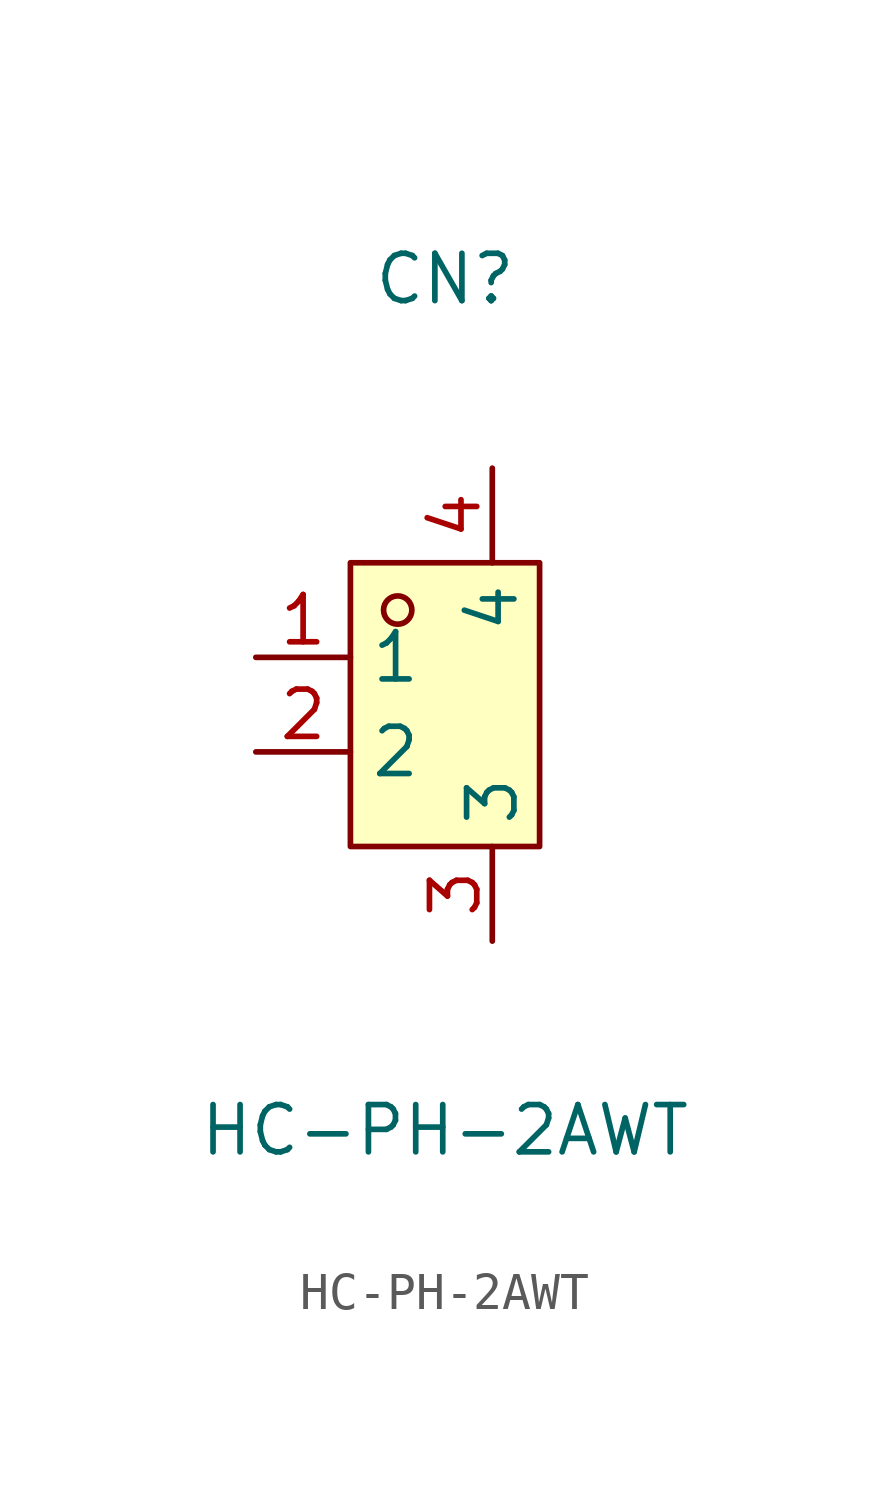
<source format=kicad_sym>
(kicad_symbol_lib
  (version 20211014)
  (generator https://github.com/uPesy/easyeda2kicad.py)
  (symbol "HC-PH-2AWT"
    (property "Reference" "CN"
      (at 0 11.43 0)
      (effects (font (size 1.27 1.27))))
    (property "Value" "HC-PH-2AWT"
      (at 0 -11.43 0)
      (effects (font (size 1.27 1.27))))
    (symbol "HC-PH-2AWT_0_1"
      (rectangle (start -2.54 3.81) (end 2.54 -3.81) (stroke (width 0) (type default) (color 0 0 0 0)) (fill (type background)))
      (circle (center -1.27 2.54) (radius 0.38) (stroke (width 0) (type default) (color 0 0 0 0)) (fill (type none)))
      (pin unspecified line (at -5.08 1.27 0) (length 2.54) (name "1" (effects (font (size 1.27 1.27)))) (number "1" (effects (font (size 1.27 1.27)))))
      (pin unspecified line (at -5.08 -1.27 0) (length 2.54) (name "2" (effects (font (size 1.27 1.27)))) (number "2" (effects (font (size 1.27 1.27)))))
      (pin unspecified line (at 1.27 -6.35 90) (length 2.54) (name "3" (effects (font (size 1.27 1.27)))) (number "3" (effects (font (size 1.27 1.27)))))
      (pin unspecified line (at 1.27 6.35 270) (length 2.54) (name "4" (effects (font (size 1.27 1.27)))) (number "4" (effects (font (size 1.27 1.27))))))))
</source>
